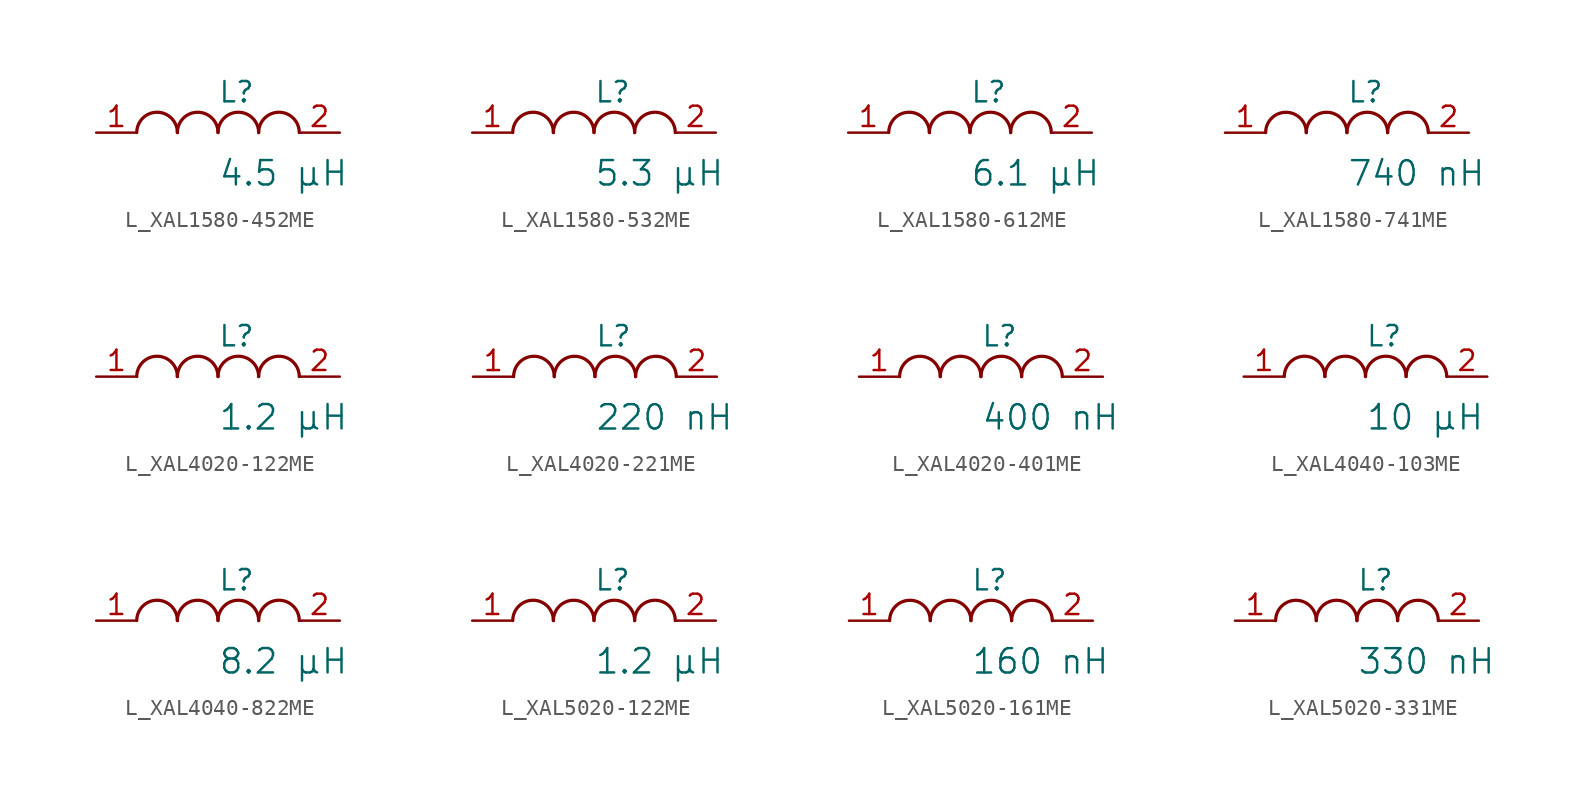
<source format=kicad_sym>
(kicad_symbol_lib
  (version 20231120)
  (generator "kicad_symbol_editor")
  (generator_version "8.0")
  (symbol "L_XAL1580-452ME"
    (pin_names
      (offset 0.254))
    (property "Reference" "L"
      (at 0 2.54 0)
      (effects (font (size 1.27 1.27)) (justify left)))
    (property "Value" "4.5 µH"
      (at 0 -2.54 0)
      (effects (font (size 1.524 1.524)) (justify left)))
    (symbol "L_XAL1580-452ME_1_1"
      (arc (start -2.54 0.0056) (mid -3.81 1.27) (end -5.08 0.0056) (stroke (width 0.2032) (type default)) (fill (type none)))
      (arc (start 0 0.0056) (mid -1.27 1.27) (end -2.54 0.0056) (stroke (width 0.2032) (type default)) (fill (type none)))
      (arc (start 2.54 0.0056) (mid 1.27 1.27) (end 0 0.0056) (stroke (width 0.2032) (type default)) (fill (type none)))
      (arc (start 5.08 0.0056) (mid 3.81 1.27) (end 2.54 0.0056) (stroke (width 0.2032) (type default)) (fill (type none)))
      (pin unspecified line (at -7.62 0 0) (length 2.54) (name "" (effects (font (size 1.27 1.27)))) (number "1" (effects (font (size 1.27 1.27)))))
      (pin unspecified line (at 7.62 0 180) (length 2.54) (name "" (effects (font (size 1.27 1.27)))) (number "2" (effects (font (size 1.27 1.27)))))))
  (symbol "L_XAL1580-532ME"
    (pin_names
      (offset 0.254))
    (property "Reference" "L"
      (at 0 2.54 0)
      (effects (font (size 1.27 1.27)) (justify left)))
    (property "Value" "5.3 µH"
      (at 0 -2.54 0)
      (effects (font (size 1.524 1.524)) (justify left)))
    (symbol "L_XAL1580-532ME_1_1"
      (arc (start -2.54 0.0056) (mid -3.81 1.27) (end -5.08 0.0056) (stroke (width 0.2032) (type default)) (fill (type none)))
      (arc (start 0 0.0056) (mid -1.27 1.27) (end -2.54 0.0056) (stroke (width 0.2032) (type default)) (fill (type none)))
      (arc (start 2.54 0.0056) (mid 1.27 1.27) (end 0 0.0056) (stroke (width 0.2032) (type default)) (fill (type none)))
      (arc (start 5.08 0.0056) (mid 3.81 1.27) (end 2.54 0.0056) (stroke (width 0.2032) (type default)) (fill (type none)))
      (pin unspecified line (at -7.62 0 0) (length 2.54) (name "" (effects (font (size 1.27 1.27)))) (number "1" (effects (font (size 1.27 1.27)))))
      (pin unspecified line (at 7.62 0 180) (length 2.54) (name "" (effects (font (size 1.27 1.27)))) (number "2" (effects (font (size 1.27 1.27)))))))
  (symbol "L_XAL1580-612ME"
    (pin_names
      (offset 0.254))
    (property "Reference" "L"
      (at 0 2.54 0)
      (effects (font (size 1.27 1.27)) (justify left)))
    (property "Value" "6.1 µH"
      (at 0 -2.54 0)
      (effects (font (size 1.524 1.524)) (justify left)))
    (symbol "L_XAL1580-612ME_1_1"
      (arc (start -2.54 0.0056) (mid -3.81 1.27) (end -5.08 0.0056) (stroke (width 0.2032) (type default)) (fill (type none)))
      (arc (start 0 0.0056) (mid -1.27 1.27) (end -2.54 0.0056) (stroke (width 0.2032) (type default)) (fill (type none)))
      (arc (start 2.54 0.0056) (mid 1.27 1.27) (end 0 0.0056) (stroke (width 0.2032) (type default)) (fill (type none)))
      (arc (start 5.08 0.0056) (mid 3.81 1.27) (end 2.54 0.0056) (stroke (width 0.2032) (type default)) (fill (type none)))
      (pin unspecified line (at -7.62 0 0) (length 2.54) (name "" (effects (font (size 1.27 1.27)))) (number "1" (effects (font (size 1.27 1.27)))))
      (pin unspecified line (at 7.62 0 180) (length 2.54) (name "" (effects (font (size 1.27 1.27)))) (number "2" (effects (font (size 1.27 1.27)))))))
  (symbol "L_XAL1580-741ME"
    (pin_names
      (offset 0.254))
    (property "Reference" "L"
      (at 0 2.54 0)
      (effects (font (size 1.27 1.27)) (justify left)))
    (property "Value" "740 nH"
      (at 0 -2.54 0)
      (effects (font (size 1.524 1.524)) (justify left)))
    (symbol "L_XAL1580-741ME_1_1"
      (arc (start -2.54 0.0056) (mid -3.81 1.27) (end -5.08 0.0056) (stroke (width 0.2032) (type default)) (fill (type none)))
      (arc (start 0 0.0056) (mid -1.27 1.27) (end -2.54 0.0056) (stroke (width 0.2032) (type default)) (fill (type none)))
      (arc (start 2.54 0.0056) (mid 1.27 1.27) (end 0 0.0056) (stroke (width 0.2032) (type default)) (fill (type none)))
      (arc (start 5.08 0.0056) (mid 3.81 1.27) (end 2.54 0.0056) (stroke (width 0.2032) (type default)) (fill (type none)))
      (pin unspecified line (at -7.62 0 0) (length 2.54) (name "" (effects (font (size 1.27 1.27)))) (number "1" (effects (font (size 1.27 1.27)))))
      (pin unspecified line (at 7.62 0 180) (length 2.54) (name "" (effects (font (size 1.27 1.27)))) (number "2" (effects (font (size 1.27 1.27)))))))
  (symbol "L_XAL4020-122ME"
    (pin_names
      (offset 0.254))
    (property "Reference" "L"
      (at 0 2.54 0)
      (effects (font (size 1.27 1.27)) (justify left)))
    (property "Value" "1.2 µH"
      (at 0 -2.54 0)
      (effects (font (size 1.524 1.524)) (justify left)))
    (symbol "L_XAL4020-122ME_1_1"
      (arc (start -2.54 0.0056) (mid -3.81 1.27) (end -5.08 0.0056) (stroke (width 0.2032) (type default)) (fill (type none)))
      (arc (start 0 0.0056) (mid -1.27 1.27) (end -2.54 0.0056) (stroke (width 0.2032) (type default)) (fill (type none)))
      (arc (start 2.54 0.0056) (mid 1.27 1.27) (end 0 0.0056) (stroke (width 0.2032) (type default)) (fill (type none)))
      (arc (start 5.08 0.0056) (mid 3.81 1.27) (end 2.54 0.0056) (stroke (width 0.2032) (type default)) (fill (type none)))
      (pin unspecified line (at -7.62 0 0) (length 2.54) (name "" (effects (font (size 1.27 1.27)))) (number "1" (effects (font (size 1.27 1.27)))))
      (pin unspecified line (at 7.62 0 180) (length 2.54) (name "" (effects (font (size 1.27 1.27)))) (number "2" (effects (font (size 1.27 1.27)))))))
  (symbol "L_XAL4020-221ME"
    (pin_names
      (offset 0.254))
    (property "Reference" "L"
      (at 0 2.54 0)
      (effects (font (size 1.27 1.27)) (justify left)))
    (property "Value" "220 nH"
      (at 0 -2.54 0)
      (effects (font (size 1.524 1.524)) (justify left)))
    (symbol "L_XAL4020-221ME_1_1"
      (arc (start -2.54 0.0056) (mid -3.81 1.27) (end -5.08 0.0056) (stroke (width 0.2032) (type default)) (fill (type none)))
      (arc (start 0 0.0056) (mid -1.27 1.27) (end -2.54 0.0056) (stroke (width 0.2032) (type default)) (fill (type none)))
      (arc (start 2.54 0.0056) (mid 1.27 1.27) (end 0 0.0056) (stroke (width 0.2032) (type default)) (fill (type none)))
      (arc (start 5.08 0.0056) (mid 3.81 1.27) (end 2.54 0.0056) (stroke (width 0.2032) (type default)) (fill (type none)))
      (pin unspecified line (at -7.62 0 0) (length 2.54) (name "" (effects (font (size 1.27 1.27)))) (number "1" (effects (font (size 1.27 1.27)))))
      (pin unspecified line (at 7.62 0 180) (length 2.54) (name "" (effects (font (size 1.27 1.27)))) (number "2" (effects (font (size 1.27 1.27)))))))
  (symbol "L_XAL4020-401ME"
    (pin_names
      (offset 0.254))
    (property "Reference" "L"
      (at 0 2.54 0)
      (effects (font (size 1.27 1.27)) (justify left)))
    (property "Value" "400 nH"
      (at 0 -2.54 0)
      (effects (font (size 1.524 1.524)) (justify left)))
    (symbol "L_XAL4020-401ME_1_1"
      (arc (start -2.54 0.0056) (mid -3.81 1.27) (end -5.08 0.0056) (stroke (width 0.2032) (type default)) (fill (type none)))
      (arc (start 0 0.0056) (mid -1.27 1.27) (end -2.54 0.0056) (stroke (width 0.2032) (type default)) (fill (type none)))
      (arc (start 2.54 0.0056) (mid 1.27 1.27) (end 0 0.0056) (stroke (width 0.2032) (type default)) (fill (type none)))
      (arc (start 5.08 0.0056) (mid 3.81 1.27) (end 2.54 0.0056) (stroke (width 0.2032) (type default)) (fill (type none)))
      (pin unspecified line (at -7.62 0 0) (length 2.54) (name "" (effects (font (size 1.27 1.27)))) (number "1" (effects (font (size 1.27 1.27)))))
      (pin unspecified line (at 7.62 0 180) (length 2.54) (name "" (effects (font (size 1.27 1.27)))) (number "2" (effects (font (size 1.27 1.27)))))))
  (symbol "L_XAL4040-103ME"
    (pin_names
      (offset 0.254))
    (property "Reference" "L"
      (at 0 2.54 0)
      (effects (font (size 1.27 1.27)) (justify left)))
    (property "Value" "10 µH"
      (at 0 -2.54 0)
      (effects (font (size 1.524 1.524)) (justify left)))
    (symbol "L_XAL4040-103ME_1_1"
      (arc (start -2.54 0.0056) (mid -3.81 1.27) (end -5.08 0.0056) (stroke (width 0.2032) (type default)) (fill (type none)))
      (arc (start 0 0.0056) (mid -1.27 1.27) (end -2.54 0.0056) (stroke (width 0.2032) (type default)) (fill (type none)))
      (arc (start 2.54 0.0056) (mid 1.27 1.27) (end 0 0.0056) (stroke (width 0.2032) (type default)) (fill (type none)))
      (arc (start 5.08 0.0056) (mid 3.81 1.27) (end 2.54 0.0056) (stroke (width 0.2032) (type default)) (fill (type none)))
      (pin unspecified line (at -7.62 0 0) (length 2.54) (name "" (effects (font (size 1.27 1.27)))) (number "1" (effects (font (size 1.27 1.27)))))
      (pin unspecified line (at 7.62 0 180) (length 2.54) (name "" (effects (font (size 1.27 1.27)))) (number "2" (effects (font (size 1.27 1.27)))))))
  (symbol "L_XAL4040-822ME"
    (pin_names
      (offset 0.254))
    (property "Reference" "L"
      (at 0 2.54 0)
      (effects (font (size 1.27 1.27)) (justify left)))
    (property "Value" "8.2 µH"
      (at 0 -2.54 0)
      (effects (font (size 1.524 1.524)) (justify left)))
    (symbol "L_XAL4040-822ME_1_1"
      (arc (start -2.54 0.0056) (mid -3.81 1.27) (end -5.08 0.0056) (stroke (width 0.2032) (type default)) (fill (type none)))
      (arc (start 0 0.0056) (mid -1.27 1.27) (end -2.54 0.0056) (stroke (width 0.2032) (type default)) (fill (type none)))
      (arc (start 2.54 0.0056) (mid 1.27 1.27) (end 0 0.0056) (stroke (width 0.2032) (type default)) (fill (type none)))
      (arc (start 5.08 0.0056) (mid 3.81 1.27) (end 2.54 0.0056) (stroke (width 0.2032) (type default)) (fill (type none)))
      (pin unspecified line (at -7.62 0 0) (length 2.54) (name "" (effects (font (size 1.27 1.27)))) (number "1" (effects (font (size 1.27 1.27)))))
      (pin unspecified line (at 7.62 0 180) (length 2.54) (name "" (effects (font (size 1.27 1.27)))) (number "2" (effects (font (size 1.27 1.27)))))))
  (symbol "L_XAL5020-122ME"
    (pin_names
      (offset 0.254))
    (property "Reference" "L"
      (at 0 2.54 0)
      (effects (font (size 1.27 1.27)) (justify left)))
    (property "Value" "1.2 µH"
      (at 0 -2.54 0)
      (effects (font (size 1.524 1.524)) (justify left)))
    (symbol "L_XAL5020-122ME_1_1"
      (arc (start -2.54 0.0056) (mid -3.81 1.27) (end -5.08 0.0056) (stroke (width 0.2032) (type default)) (fill (type none)))
      (arc (start 0 0.0056) (mid -1.27 1.27) (end -2.54 0.0056) (stroke (width 0.2032) (type default)) (fill (type none)))
      (arc (start 2.54 0.0056) (mid 1.27 1.27) (end 0 0.0056) (stroke (width 0.2032) (type default)) (fill (type none)))
      (arc (start 5.08 0.0056) (mid 3.81 1.27) (end 2.54 0.0056) (stroke (width 0.2032) (type default)) (fill (type none)))
      (pin unspecified line (at -7.62 0 0) (length 2.54) (name "" (effects (font (size 1.27 1.27)))) (number "1" (effects (font (size 1.27 1.27)))))
      (pin unspecified line (at 7.62 0 180) (length 2.54) (name "" (effects (font (size 1.27 1.27)))) (number "2" (effects (font (size 1.27 1.27)))))))
  (symbol "L_XAL5020-161ME"
    (pin_names
      (offset 0.254))
    (property "Reference" "L"
      (at 0 2.54 0)
      (effects (font (size 1.27 1.27)) (justify left)))
    (property "Value" "160 nH"
      (at 0 -2.54 0)
      (effects (font (size 1.524 1.524)) (justify left)))
    (symbol "L_XAL5020-161ME_1_1"
      (arc (start -2.54 0.0056) (mid -3.81 1.27) (end -5.08 0.0056) (stroke (width 0.2032) (type default)) (fill (type none)))
      (arc (start 0 0.0056) (mid -1.27 1.27) (end -2.54 0.0056) (stroke (width 0.2032) (type default)) (fill (type none)))
      (arc (start 2.54 0.0056) (mid 1.27 1.27) (end 0 0.0056) (stroke (width 0.2032) (type default)) (fill (type none)))
      (arc (start 5.08 0.0056) (mid 3.81 1.27) (end 2.54 0.0056) (stroke (width 0.2032) (type default)) (fill (type none)))
      (pin unspecified line (at -7.62 0 0) (length 2.54) (name "" (effects (font (size 1.27 1.27)))) (number "1" (effects (font (size 1.27 1.27)))))
      (pin unspecified line (at 7.62 0 180) (length 2.54) (name "" (effects (font (size 1.27 1.27)))) (number "2" (effects (font (size 1.27 1.27)))))))
  (symbol "L_XAL5020-331ME"
    (pin_names
      (offset 0.254))
    (property "Reference" "L"
      (at 0 2.54 0)
      (effects (font (size 1.27 1.27)) (justify left)))
    (property "Value" "330 nH"
      (at 0 -2.54 0)
      (effects (font (size 1.524 1.524)) (justify left)))
    (symbol "L_XAL5020-331ME_1_1"
      (arc (start -2.54 0.0056) (mid -3.81 1.27) (end -5.08 0.0056) (stroke (width 0.2032) (type default)) (fill (type none)))
      (arc (start 0 0.0056) (mid -1.27 1.27) (end -2.54 0.0056) (stroke (width 0.2032) (type default)) (fill (type none)))
      (arc (start 2.54 0.0056) (mid 1.27 1.27) (end 0 0.0056) (stroke (width 0.2032) (type default)) (fill (type none)))
      (arc (start 5.08 0.0056) (mid 3.81 1.27) (end 2.54 0.0056) (stroke (width 0.2032) (type default)) (fill (type none)))
      (pin unspecified line (at -7.62 0 0) (length 2.54) (name "" (effects (font (size 1.27 1.27)))) (number "1" (effects (font (size 1.27 1.27)))))
      (pin unspecified line (at 7.62 0 180) (length 2.54) (name "" (effects (font (size 1.27 1.27)))) (number "2" (effects (font (size 1.27 1.27))))))))
</source>
